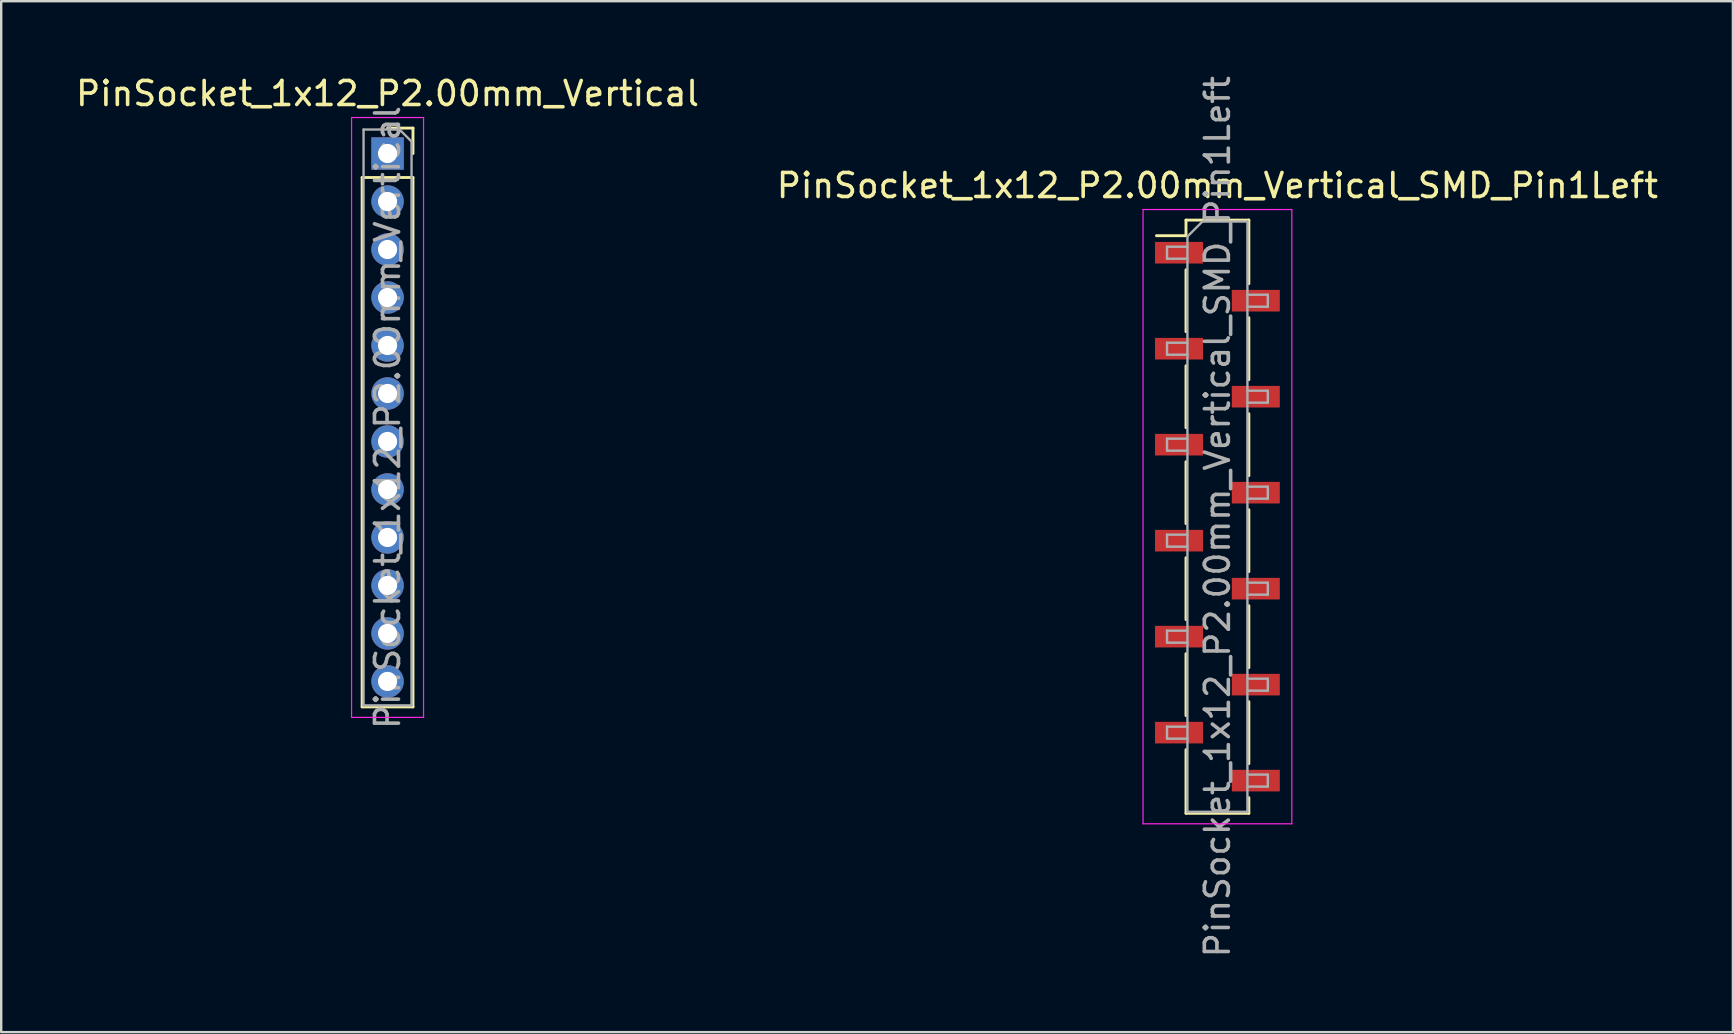
<source format=kicad_pcb>
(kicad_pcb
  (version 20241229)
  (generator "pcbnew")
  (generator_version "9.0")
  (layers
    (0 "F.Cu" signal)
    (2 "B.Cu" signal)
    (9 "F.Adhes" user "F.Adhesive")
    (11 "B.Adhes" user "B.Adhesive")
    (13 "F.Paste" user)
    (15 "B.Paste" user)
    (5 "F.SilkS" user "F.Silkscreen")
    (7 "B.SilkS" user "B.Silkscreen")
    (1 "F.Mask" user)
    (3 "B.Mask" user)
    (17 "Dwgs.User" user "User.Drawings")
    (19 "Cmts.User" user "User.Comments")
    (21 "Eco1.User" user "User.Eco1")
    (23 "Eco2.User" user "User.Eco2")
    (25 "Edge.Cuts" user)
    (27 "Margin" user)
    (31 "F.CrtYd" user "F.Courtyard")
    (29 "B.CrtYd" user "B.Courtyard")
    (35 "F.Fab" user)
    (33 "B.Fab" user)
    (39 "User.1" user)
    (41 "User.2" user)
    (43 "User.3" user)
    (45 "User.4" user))
  (footprint "PinSocket_1x12_P2.00mm_Vertical_SMD_Pin1Left"
    (layer "F.Cu")
    (at 47.685 18.482)
    (property "Reference" "PinSocket_1x12_P2.00mm_Vertical_SMD_Pin1Left" (at 0 -13.8 0) (layer "F.SilkS") (effects (font (size 1 1) (thickness 0.15))))
    (attr smd)
    (fp_line (start -2.54 -11.71) (end -1.31 -11.71) (stroke (width 0.12) (type solid)) (layer "F.SilkS"))
    (fp_line (start -1.31 -12.36) (end -1.31 -11.71) (stroke (width 0.12) (type solid)) (layer "F.SilkS"))
    (fp_line (start -1.31 -12.36) (end 1.31 -12.36) (stroke (width 0.12) (type solid)) (layer "F.SilkS"))
    (fp_line (start -1.31 -10.29) (end -1.31 -7.71) (stroke (width 0.12) (type solid)) (layer "F.SilkS"))
    (fp_line (start -1.31 -6.29) (end -1.31 -3.71) (stroke (width 0.12) (type solid)) (layer "F.SilkS"))
    (fp_line (start -1.31 -2.29) (end -1.31 0.29) (stroke (width 0.12) (type solid)) (layer "F.SilkS"))
    (fp_line (start -1.31 1.71) (end -1.31 4.29) (stroke (width 0.12) (type solid)) (layer "F.SilkS"))
    (fp_line (start -1.31 5.71) (end -1.31 8.29) (stroke (width 0.12) (type solid)) (layer "F.SilkS"))
    (fp_line (start -1.31 9.71) (end -1.31 12.36) (stroke (width 0.12) (type solid)) (layer "F.SilkS"))
    (fp_line (start -1.31 12.36) (end 1.31 12.36) (stroke (width 0.12) (type solid)) (layer "F.SilkS"))
    (fp_line (start 1.31 -12.36) (end 1.31 -9.71) (stroke (width 0.12) (type solid)) (layer "F.SilkS"))
    (fp_line (start 1.31 -8.29) (end 1.31 -5.71) (stroke (width 0.12) (type solid)) (layer "F.SilkS"))
    (fp_line (start 1.31 -4.29) (end 1.31 -1.71) (stroke (width 0.12) (type solid)) (layer "F.SilkS"))
    (fp_line (start 1.31 -0.29) (end 1.31 2.29) (stroke (width 0.12) (type solid)) (layer "F.SilkS"))
    (fp_line (start 1.31 3.71) (end 1.31 6.29) (stroke (width 0.12) (type solid)) (layer "F.SilkS"))
    (fp_line (start 1.31 7.71) (end 1.31 10.29) (stroke (width 0.12) (type solid)) (layer "F.SilkS"))
    (fp_line (start 1.31 11.71) (end 1.31 12.36) (stroke (width 0.12) (type solid)) (layer "F.SilkS"))
    (fp_line (start -3.1 -12.8) (end 3.1 -12.8) (stroke (width 0.05) (type solid)) (layer "F.CrtYd"))
    (fp_line (start -3.1 12.8) (end -3.1 -12.8) (stroke (width 0.05) (type solid)) (layer "F.CrtYd"))
    (fp_line (start 3.1 -12.8) (end 3.1 12.8) (stroke (width 0.05) (type solid)) (layer "F.CrtYd"))
    (fp_line (start 3.1 12.8) (end -3.1 12.8) (stroke (width 0.05) (type solid)) (layer "F.CrtYd"))
    (fp_line (start -2.1 -11.25) (end -1.25 -11.25) (stroke (width 0.1) (type solid)) (layer "F.Fab"))
    (fp_line (start -2.1 -10.75) (end -2.1 -11.25) (stroke (width 0.1) (type solid)) (layer "F.Fab"))
    (fp_line (start -2.1 -7.25) (end -1.25 -7.25) (stroke (width 0.1) (type solid)) (layer "F.Fab"))
    (fp_line (start -2.1 -6.75) (end -2.1 -7.25) (stroke (width 0.1) (type solid)) (layer "F.Fab"))
    (fp_line (start -2.1 -3.25) (end -1.25 -3.25) (stroke (width 0.1) (type solid)) (layer "F.Fab"))
    (fp_line (start -2.1 -2.75) (end -2.1 -3.25) (stroke (width 0.1) (type solid)) (layer "F.Fab"))
    (fp_line (start -2.1 0.75) (end -1.25 0.75) (stroke (width 0.1) (type solid)) (layer "F.Fab"))
    (fp_line (start -2.1 1.25) (end -2.1 0.75) (stroke (width 0.1) (type solid)) (layer "F.Fab"))
    (fp_line (start -2.1 4.75) (end -1.25 4.75) (stroke (width 0.1) (type solid)) (layer "F.Fab"))
    (fp_line (start -2.1 5.25) (end -2.1 4.75) (stroke (width 0.1) (type solid)) (layer "F.Fab"))
    (fp_line (start -2.1 8.75) (end -1.25 8.75) (stroke (width 0.1) (type solid)) (layer "F.Fab"))
    (fp_line (start -2.1 9.25) (end -2.1 8.75) (stroke (width 0.1) (type solid)) (layer "F.Fab"))
    (fp_line (start -1.25 -11.675) (end -0.625 -12.3) (stroke (width 0.1) (type solid)) (layer "F.Fab"))
    (fp_line (start -1.25 -10.75) (end -2.1 -10.75) (stroke (width 0.1) (type solid)) (layer "F.Fab"))
    (fp_line (start -1.25 -6.75) (end -2.1 -6.75) (stroke (width 0.1) (type solid)) (layer "F.Fab"))
    (fp_line (start -1.25 -2.75) (end -2.1 -2.75) (stroke (width 0.1) (type solid)) (layer "F.Fab"))
    (fp_line (start -1.25 1.25) (end -2.1 1.25) (stroke (width 0.1) (type solid)) (layer "F.Fab"))
    (fp_line (start -1.25 5.25) (end -2.1 5.25) (stroke (width 0.1) (type solid)) (layer "F.Fab"))
    (fp_line (start -1.25 9.25) (end -2.1 9.25) (stroke (width 0.1) (type solid)) (layer "F.Fab"))
    (fp_line (start -1.25 12.3) (end -1.25 -11.675) (stroke (width 0.1) (type solid)) (layer "F.Fab"))
    (fp_line (start -0.625 -12.3) (end 1.25 -12.3) (stroke (width 0.1) (type solid)) (layer "F.Fab"))
    (fp_line (start 1.25 -12.3) (end 1.25 12.3) (stroke (width 0.1) (type solid)) (layer "F.Fab"))
    (fp_line (start 1.25 -9.25) (end 2.1 -9.25) (stroke (width 0.1) (type solid)) (layer "F.Fab"))
    (fp_line (start 1.25 -5.25) (end 2.1 -5.25) (stroke (width 0.1) (type solid)) (layer "F.Fab"))
    (fp_line (start 1.25 -1.25) (end 2.1 -1.25) (stroke (width 0.1) (type solid)) (layer "F.Fab"))
    (fp_line (start 1.25 2.75) (end 2.1 2.75) (stroke (width 0.1) (type solid)) (layer "F.Fab"))
    (fp_line (start 1.25 6.75) (end 2.1 6.75) (stroke (width 0.1) (type solid)) (layer "F.Fab"))
    (fp_line (start 1.25 10.75) (end 2.1 10.75) (stroke (width 0.1) (type solid)) (layer "F.Fab"))
    (fp_line (start 1.25 12.3) (end -1.25 12.3) (stroke (width 0.1) (type solid)) (layer "F.Fab"))
    (fp_line (start 2.1 -9.25) (end 2.1 -8.75) (stroke (width 0.1) (type solid)) (layer "F.Fab"))
    (fp_line (start 2.1 -8.75) (end 1.25 -8.75) (stroke (width 0.1) (type solid)) (layer "F.Fab"))
    (fp_line (start 2.1 -5.25) (end 2.1 -4.75) (stroke (width 0.1) (type solid)) (layer "F.Fab"))
    (fp_line (start 2.1 -4.75) (end 1.25 -4.75) (stroke (width 0.1) (type solid)) (layer "F.Fab"))
    (fp_line (start 2.1 -1.25) (end 2.1 -0.75) (stroke (width 0.1) (type solid)) (layer "F.Fab"))
    (fp_line (start 2.1 -0.75) (end 1.25 -0.75) (stroke (width 0.1) (type solid)) (layer "F.Fab"))
    (fp_line (start 2.1 2.75) (end 2.1 3.25) (stroke (width 0.1) (type solid)) (layer "F.Fab"))
    (fp_line (start 2.1 3.25) (end 1.25 3.25) (stroke (width 0.1) (type solid)) (layer "F.Fab"))
    (fp_line (start 2.1 6.75) (end 2.1 7.25) (stroke (width 0.1) (type solid)) (layer "F.Fab"))
    (fp_line (start 2.1 7.25) (end 1.25 7.25) (stroke (width 0.1) (type solid)) (layer "F.Fab"))
    (fp_line (start 2.1 10.75) (end 2.1 11.25) (stroke (width 0.1) (type solid)) (layer "F.Fab"))
    (fp_line (start 2.1 11.25) (end 1.25 11.25) (stroke (width 0.1) (type solid)) (layer "F.Fab"))
    (fp_text user "${REFERENCE}" (at 0 0 90) (layer "F.Fab") (effects (font (size 1 1) (thickness 0.15))))
    (pad "1" smd rect (at -1.6 -11) (size 2 0.9) (layers "F.Cu" "F.Mask" "F.Paste"))
    (pad "2" smd rect (at 1.6 -9) (size 2 0.9) (layers "F.Cu" "F.Mask" "F.Paste"))
    (pad "3" smd rect (at -1.6 -7) (size 2 0.9) (layers "F.Cu" "F.Mask" "F.Paste"))
    (pad "4" smd rect (at 1.6 -5) (size 2 0.9) (layers "F.Cu" "F.Mask" "F.Paste"))
    (pad "5" smd rect (at -1.6 -3) (size 2 0.9) (layers "F.Cu" "F.Mask" "F.Paste"))
    (pad "6" smd rect (at 1.6 -1) (size 2 0.9) (layers "F.Cu" "F.Mask" "F.Paste"))
    (pad "7" smd rect (at -1.6 1) (size 2 0.9) (layers "F.Cu" "F.Mask" "F.Paste"))
    (pad "8" smd rect (at 1.6 3) (size 2 0.9) (layers "F.Cu" "F.Mask" "F.Paste"))
    (pad "9" smd rect (at -1.6 5) (size 2 0.9) (layers "F.Cu" "F.Mask" "F.Paste"))
    (pad "10" smd rect (at 1.6 7) (size 2 0.9) (layers "F.Cu" "F.Mask" "F.Paste"))
    (pad "11" smd rect (at -1.6 9) (size 2 0.9) (layers "F.Cu" "F.Mask" "F.Paste"))
    (pad "12" smd rect (at 1.6 11) (size 2 0.9) (layers "F.Cu" "F.Mask" "F.Paste")))
  (footprint "PinSocket_1x12_P2.00mm_Vertical"
    (layer "F.Cu")
    (at 13.101 3.348)
    (property "Reference" "PinSocket_1x12_P2.00mm_Vertical" (at 0 -2.5 0) (layer "F.SilkS") (effects (font (size 1 1) (thickness 0.15))))
    (attr through_hole)
    (fp_line (start -1.06 1) (end -1.06 23.06) (stroke (width 0.12) (type solid)) (layer "F.SilkS"))
    (fp_line (start -1.06 1) (end 1.06 1) (stroke (width 0.12) (type solid)) (layer "F.SilkS"))
    (fp_line (start -1.06 23.06) (end 1.06 23.06) (stroke (width 0.12) (type solid)) (layer "F.SilkS"))
    (fp_line (start 0 -1.06) (end 1.06 -1.06) (stroke (width 0.12) (type solid)) (layer "F.SilkS"))
    (fp_line (start 1.06 -1.06) (end 1.06 0) (stroke (width 0.12) (type solid)) (layer "F.SilkS"))
    (fp_line (start 1.06 1) (end 1.06 23.06) (stroke (width 0.12) (type solid)) (layer "F.SilkS"))
    (fp_line (start -1.5 -1.5) (end 1.5 -1.5) (stroke (width 0.05) (type solid)) (layer "F.CrtYd"))
    (fp_line (start -1.5 23.5) (end -1.5 -1.5) (stroke (width 0.05) (type solid)) (layer "F.CrtYd"))
    (fp_line (start 1.5 -1.5) (end 1.5 23.5) (stroke (width 0.05) (type solid)) (layer "F.CrtYd"))
    (fp_line (start 1.5 23.5) (end -1.5 23.5) (stroke (width 0.05) (type solid)) (layer "F.CrtYd"))
    (fp_line (start -1 -1) (end 0.5 -1) (stroke (width 0.1) (type solid)) (layer "F.Fab"))
    (fp_line (start -1 23) (end -1 -1) (stroke (width 0.1) (type solid)) (layer "F.Fab"))
    (fp_line (start 0.5 -1) (end 1 -0.5) (stroke (width 0.1) (type solid)) (layer "F.Fab"))
    (fp_line (start 1 -0.5) (end 1 23) (stroke (width 0.1) (type solid)) (layer "F.Fab"))
    (fp_line (start 1 23) (end -1 23) (stroke (width 0.1) (type solid)) (layer "F.Fab"))
    (fp_text user "${REFERENCE}" (at 0 11 90) (layer "F.Fab") (effects (font (size 1 1) (thickness 0.15))))
    (pad "1" thru_hole rect (at 0 0) (size 1.35 1.35) (drill 0.8) (layers "*.Cu" "*.Mask"))
    (pad "2" thru_hole oval (at 0 2) (size 1.35 1.35) (drill 0.8) (layers "*.Cu" "*.Mask"))
    (pad "3" thru_hole oval (at 0 4) (size 1.35 1.35) (drill 0.8) (layers "*.Cu" "*.Mask"))
    (pad "4" thru_hole oval (at 0 6) (size 1.35 1.35) (drill 0.8) (layers "*.Cu" "*.Mask"))
    (pad "5" thru_hole oval (at 0 8) (size 1.35 1.35) (drill 0.8) (layers "*.Cu" "*.Mask"))
    (pad "6" thru_hole oval (at 0 10) (size 1.35 1.35) (drill 0.8) (layers "*.Cu" "*.Mask"))
    (pad "7" thru_hole oval (at 0 12) (size 1.35 1.35) (drill 0.8) (layers "*.Cu" "*.Mask"))
    (pad "8" thru_hole oval (at 0 14) (size 1.35 1.35) (drill 0.8) (layers "*.Cu" "*.Mask"))
    (pad "9" thru_hole oval (at 0 16) (size 1.35 1.35) (drill 0.8) (layers "*.Cu" "*.Mask"))
    (pad "10" thru_hole oval (at 0 18) (size 1.35 1.35) (drill 0.8) (layers "*.Cu" "*.Mask"))
    (pad "11" thru_hole oval (at 0 20) (size 1.35 1.35) (drill 0.8) (layers "*.Cu" "*.Mask"))
    (pad "12" thru_hole oval (at 0 22) (size 1.35 1.35) (drill 0.8) (layers "*.Cu" "*.Mask")))
  (gr_rect
    (start -3 -3)
    (end 69.167 39.964)
    (stroke (width 0.1) (type default))
    (fill no)
    (layer "Edge.Cuts")))
</source>
